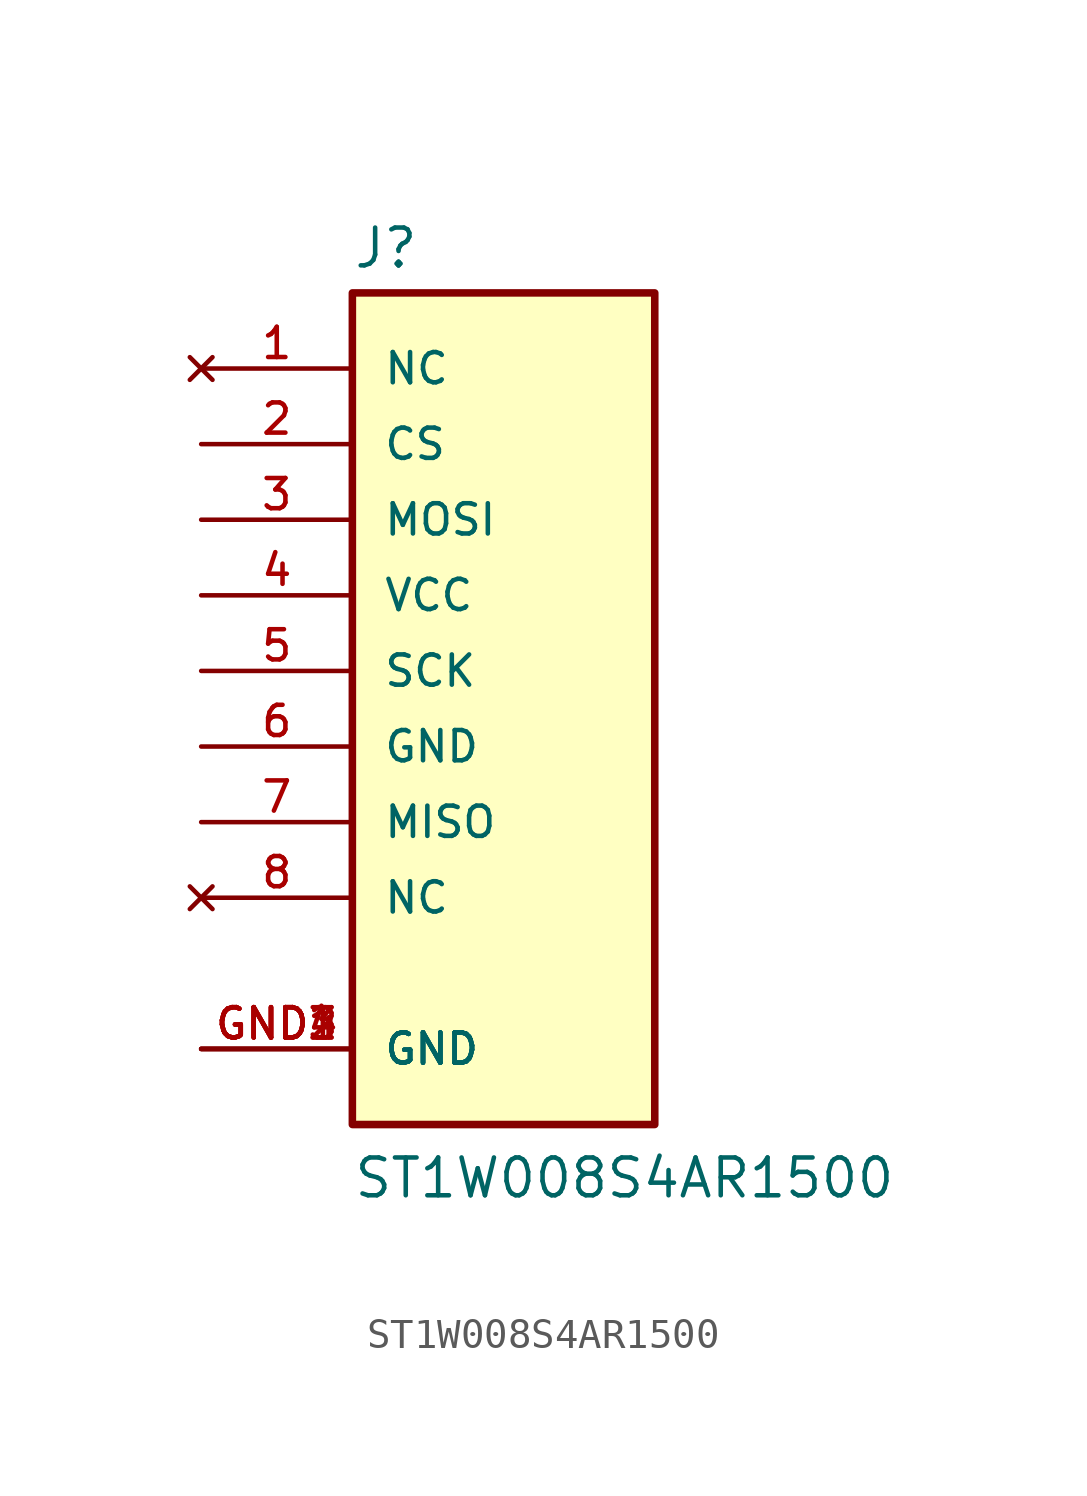
<source format=kicad_sym>
(kicad_symbol_lib
  (version 20220914)
  (generator kicad_symbol_editor)
  (symbol "ST1W008S4AR1500"
    (pin_names
      (offset 1.016))
    (property "Reference" "J"
      (at -5.08 13.462 0)
      (effects (font (size 1.27 1.27)) (justify left bottom)))
    (property "Value" "ST1W008S4AR1500"
      (at -5.08 -17.78 0)
      (effects (font (size 1.27 1.27)) (justify left bottom)))
    (symbol "ST1W008S4AR1500_0_0"
      (rectangle (start -5.08 -15.24) (end 5.08 12.7) (stroke (width 0.254) (type default)) (fill (type background)))
      (pin power_in line (at -10.16 -12.7 0) (length 5.08) (name "GND" (effects (font (size 1.016 1.016)))) (number "GND1" (effects (font (size 1.016 1.016)))))
      (pin power_in line (at -10.16 -12.7 0) (length 5.08) (name "GND" (effects (font (size 1.016 1.016)))) (number "GND2" (effects (font (size 1.016 1.016)))))
      (pin power_in line (at -10.16 -12.7 0) (length 5.08) (name "GND" (effects (font (size 1.016 1.016)))) (number "GND3" (effects (font (size 1.016 1.016)))))
      (pin power_in line (at -10.16 -12.7 0) (length 5.08) (name "GND" (effects (font (size 1.016 1.016)))) (number "GND4" (effects (font (size 1.016 1.016))))))
    (symbol "ST1W008S4AR1500_1_0"
      (pin no_connect line (at -10.16 10.16 0) (length 5.08) (name "NC" (effects (font (size 1.016 1.016)))) (number "1" (effects (font (size 1.016 1.016)))))
      (pin passive line (at -10.16 7.62 0) (length 5.08) (name "CS" (effects (font (size 1.016 1.016)))) (number "2" (effects (font (size 1.016 1.016)))))
      (pin passive line (at -10.16 5.08 0) (length 5.08) (name "MOSI" (effects (font (size 1.016 1.016)))) (number "3" (effects (font (size 1.016 1.016)))))
      (pin passive line (at -10.16 2.54 0) (length 5.08) (name "VCC" (effects (font (size 1.016 1.016)))) (number "4" (effects (font (size 1.016 1.016)))))
      (pin passive line (at -10.16 0 0) (length 5.08) (name "SCK" (effects (font (size 1.016 1.016)))) (number "5" (effects (font (size 1.016 1.016)))))
      (pin passive line (at -10.16 -2.54 0) (length 5.08) (name "GND" (effects (font (size 1.016 1.016)))) (number "6" (effects (font (size 1.016 1.016)))))
      (pin passive line (at -10.16 -5.08 0) (length 5.08) (name "MISO" (effects (font (size 1.016 1.016)))) (number "7" (effects (font (size 1.016 1.016)))))
      (pin no_connect line (at -10.16 -7.62 0) (length 5.08) (name "NC" (effects (font (size 1.016 1.016)))) (number "8" (effects (font (size 1.016 1.016))))))))
</source>
